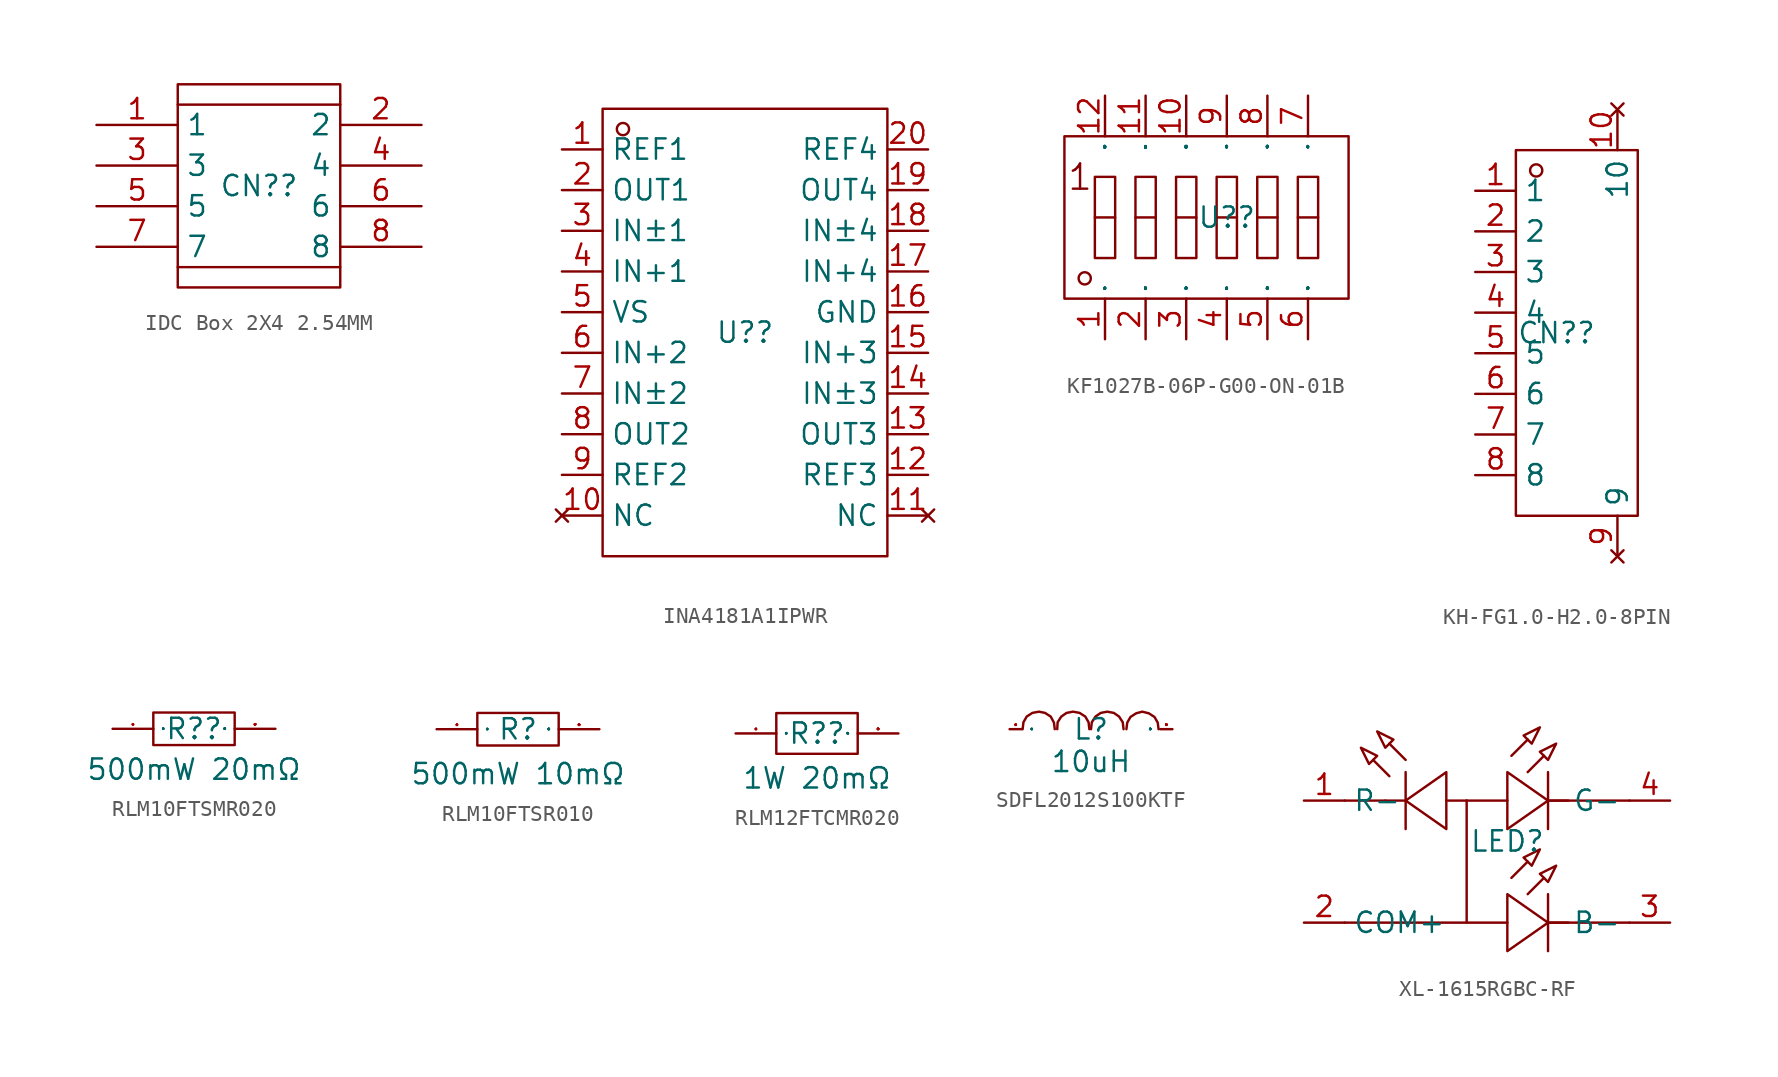
<source format=kicad_sym>
(kicad_symbol_lib
  (version 20231120)
  (generator "kicad_symbol_editor")
  (generator_version "8.0")
  (symbol "IDC Box 2X4 2.54MM"
    (property "Reference" "CN?"
      (at 0 0 0)
      (effects (font (size 1.27 1.27))))
    (property "Value" ""
      (at 0 0 0)
      (effects (font (size 1.27 1.27))))
    (symbol "IDC Box 2X4 2.54MM_1_0"
      (rectangle (start -5.08 -6.35) (end 5.08 6.35) (stroke (width 0) (type default)) (fill (type none)))
      (polyline (pts (xy -5.08 -5.08) (xy 5.08 -5.08)) (stroke (width 0) (type default)) (fill (type none)))
      (polyline (pts (xy -5.08 5.08) (xy 5.08 5.08)) (stroke (width 0) (type default)) (fill (type none)))
      (pin free line (at -10.16 3.81 0) (length 5.08) (name "1" (effects (font (size 1.27 1.27)))) (number "1" (effects (font (size 1.27 1.27)))))
      (pin free line (at 10.16 3.81 180) (length 5.08) (name "2" (effects (font (size 1.27 1.27)))) (number "2" (effects (font (size 1.27 1.27)))))
      (pin free line (at -10.16 1.27 0) (length 5.08) (name "3" (effects (font (size 1.27 1.27)))) (number "3" (effects (font (size 1.27 1.27)))))
      (pin free line (at 10.16 1.27 180) (length 5.08) (name "4" (effects (font (size 1.27 1.27)))) (number "4" (effects (font (size 1.27 1.27)))))
      (pin free line (at -10.16 -1.27 0) (length 5.08) (name "5" (effects (font (size 1.27 1.27)))) (number "5" (effects (font (size 1.27 1.27)))))
      (pin free line (at 10.16 -1.27 180) (length 5.08) (name "6" (effects (font (size 1.27 1.27)))) (number "6" (effects (font (size 1.27 1.27)))))
      (pin free line (at -10.16 -3.81 0) (length 5.08) (name "7" (effects (font (size 1.27 1.27)))) (number "7" (effects (font (size 1.27 1.27)))))
      (pin free line (at 10.16 -3.81 180) (length 5.08) (name "8" (effects (font (size 1.27 1.27)))) (number "8" (effects (font (size 1.27 1.27)))))))
  (symbol "INA4181A1IPWR"
    (property "Reference" "U?"
      (at 0 0 0)
      (effects (font (size 1.27 1.27))))
    (property "Value" ""
      (at 0 0 0)
      (effects (font (size 1.27 1.27))))
    (symbol "INA4181A1IPWR_1_0"
      (rectangle (start -8.89 -13.97) (end 8.89 13.97) (stroke (width 0) (type default)) (fill (type none)))
      (circle (center -7.62 12.7) (radius 0.381) (stroke (width 0) (type default)) (fill (type none)))
      (pin free line (at -11.43 11.43 0) (length 2.54) (name "REF1" (effects (font (size 1.27 1.27)))) (number "1" (effects (font (size 1.27 1.27)))))
      (pin no_connect line (at -11.43 -11.43 0) (length 2.54) (name "NC" (effects (font (size 1.27 1.27)))) (number "10" (effects (font (size 1.27 1.27)))))
      (pin no_connect line (at 11.43 -11.43 180) (length 2.54) (name "NC" (effects (font (size 1.27 1.27)))) (number "11" (effects (font (size 1.27 1.27)))))
      (pin free line (at 11.43 -8.89 180) (length 2.54) (name "REF3" (effects (font (size 1.27 1.27)))) (number "12" (effects (font (size 1.27 1.27)))))
      (pin output line (at 11.43 -6.35 180) (length 2.54) (name "OUT3" (effects (font (size 1.27 1.27)))) (number "13" (effects (font (size 1.27 1.27)))))
      (pin free line (at 11.43 -3.81 180) (length 2.54) (name "IN±3" (effects (font (size 1.27 1.27)))) (number "14" (effects (font (size 1.27 1.27)))))
      (pin free line (at 11.43 -1.27 180) (length 2.54) (name "IN+3" (effects (font (size 1.27 1.27)))) (number "15" (effects (font (size 1.27 1.27)))))
      (pin power_in line (at 11.43 1.27 180) (length 2.54) (name "GND" (effects (font (size 1.27 1.27)))) (number "16" (effects (font (size 1.27 1.27)))))
      (pin free line (at 11.43 3.81 180) (length 2.54) (name "IN+4" (effects (font (size 1.27 1.27)))) (number "17" (effects (font (size 1.27 1.27)))))
      (pin free line (at 11.43 6.35 180) (length 2.54) (name "IN±4" (effects (font (size 1.27 1.27)))) (number "18" (effects (font (size 1.27 1.27)))))
      (pin output line (at 11.43 8.89 180) (length 2.54) (name "OUT4" (effects (font (size 1.27 1.27)))) (number "19" (effects (font (size 1.27 1.27)))))
      (pin output line (at -11.43 8.89 0) (length 2.54) (name "OUT1" (effects (font (size 1.27 1.27)))) (number "2" (effects (font (size 1.27 1.27)))))
      (pin free line (at 11.43 11.43 180) (length 2.54) (name "REF4" (effects (font (size 1.27 1.27)))) (number "20" (effects (font (size 1.27 1.27)))))
      (pin free line (at -11.43 6.35 0) (length 2.54) (name "IN±1" (effects (font (size 1.27 1.27)))) (number "3" (effects (font (size 1.27 1.27)))))
      (pin free line (at -11.43 3.81 0) (length 2.54) (name "IN+1" (effects (font (size 1.27 1.27)))) (number "4" (effects (font (size 1.27 1.27)))))
      (pin power_in line (at -11.43 1.27 0) (length 2.54) (name "VS" (effects (font (size 1.27 1.27)))) (number "5" (effects (font (size 1.27 1.27)))))
      (pin free line (at -11.43 -1.27 0) (length 2.54) (name "IN+2" (effects (font (size 1.27 1.27)))) (number "6" (effects (font (size 1.27 1.27)))))
      (pin free line (at -11.43 -3.81 0) (length 2.54) (name "IN±2" (effects (font (size 1.27 1.27)))) (number "7" (effects (font (size 1.27 1.27)))))
      (pin output line (at -11.43 -6.35 0) (length 2.54) (name "OUT2" (effects (font (size 1.27 1.27)))) (number "8" (effects (font (size 1.27 1.27)))))
      (pin free line (at -11.43 -8.89 0) (length 2.54) (name "REF2" (effects (font (size 1.27 1.27)))) (number "9" (effects (font (size 1.27 1.27)))))))
  (symbol "KF1027B-06P-G00-ON-01B"
    (property "Reference" "U?"
      (at 0 0 0)
      (effects (font (size 1.27 1.27))))
    (property "Value" ""
      (at 0 0 0)
      (effects (font (size 1.27 1.27))))
    (symbol "KF1027B-06P-G00-ON-01B_1_0"
      (rectangle (start -10.16 -5.08) (end 7.62 5.08) (stroke (width 0) (type default)) (fill (type none)))
      (circle (center -8.89 -3.81) (radius 0.381) (stroke (width 0) (type default)) (fill (type none)))
      (rectangle (start -8.255 -2.54) (end -6.985 2.54) (stroke (width 0) (type default)) (fill (type none)))
      (rectangle (start -5.715 -2.54) (end -4.445 2.54) (stroke (width 0) (type default)) (fill (type none)))
      (rectangle (start -3.175 -2.54) (end -1.905 2.54) (stroke (width 0) (type default)) (fill (type none)))
      (rectangle (start -0.635 -2.54) (end 0.635 2.54) (stroke (width 0) (type default)) (fill (type none)))
      (polyline (pts (xy -8.255 0) (xy -6.985 0)) (stroke (width 0) (type default)) (fill (type none)))
      (polyline (pts (xy -5.715 0) (xy -4.445 0)) (stroke (width 0) (type default)) (fill (type none)))
      (polyline (pts (xy -3.175 0) (xy -1.905 0)) (stroke (width 0) (type default)) (fill (type none)))
      (polyline (pts (xy -0.635 0) (xy 0.635 0)) (stroke (width 0) (type default)) (fill (type none)))
      (polyline (pts (xy 1.905 0) (xy 3.175 0)) (stroke (width 0) (type default)) (fill (type none)))
      (polyline (pts (xy 4.445 0) (xy 5.715 0)) (stroke (width 0) (type default)) (fill (type none)))
      (rectangle (start 1.905 -2.54) (end 3.175 2.54) (stroke (width 0) (type default)) (fill (type none)))
      (rectangle (start 4.445 -2.54) (end 5.715 2.54) (stroke (width 0) (type default)) (fill (type none)))
      (text "1" (at -10.033 1.6 0) (effects (font (size 1.575 1.575)) (justify left bottom)))
      (pin unspecified line (at -7.62 -7.62 90) (length 2.54) (name "PIN1" (effects (font (size 0.025 0.025)))) (number "1" (effects (font (size 1.27 1.27)))))
      (pin unspecified line (at -2.54 7.62 270) (length 2.54) (name "PIN10" (effects (font (size 0.025 0.025)))) (number "10" (effects (font (size 1.27 1.27)))))
      (pin unspecified line (at -5.08 7.62 270) (length 2.54) (name "PIN11" (effects (font (size 0.025 0.025)))) (number "11" (effects (font (size 1.27 1.27)))))
      (pin unspecified line (at -7.62 7.62 270) (length 2.54) (name "PIN12" (effects (font (size 0.025 0.025)))) (number "12" (effects (font (size 1.27 1.27)))))
      (pin unspecified line (at -5.08 -7.62 90) (length 2.54) (name "PIN2" (effects (font (size 0.025 0.025)))) (number "2" (effects (font (size 1.27 1.27)))))
      (pin unspecified line (at -2.54 -7.62 90) (length 2.54) (name "PIN3" (effects (font (size 0.025 0.025)))) (number "3" (effects (font (size 1.27 1.27)))))
      (pin unspecified line (at 0 -7.62 90) (length 2.54) (name "PIN4" (effects (font (size 0.025 0.025)))) (number "4" (effects (font (size 1.27 1.27)))))
      (pin unspecified line (at 2.54 -7.62 90) (length 2.54) (name "PIN5" (effects (font (size 0.025 0.025)))) (number "5" (effects (font (size 1.27 1.27)))))
      (pin unspecified line (at 5.08 -7.62 90) (length 2.54) (name "PIN6" (effects (font (size 0.025 0.025)))) (number "6" (effects (font (size 1.27 1.27)))))
      (pin unspecified line (at 5.08 7.62 270) (length 2.54) (name "PIN7" (effects (font (size 0.025 0.025)))) (number "7" (effects (font (size 1.27 1.27)))))
      (pin unspecified line (at 2.54 7.62 270) (length 2.54) (name "PIN8" (effects (font (size 0.025 0.025)))) (number "8" (effects (font (size 1.27 1.27)))))
      (pin unspecified line (at 0 7.62 270) (length 2.54) (name "PIN9" (effects (font (size 0.025 0.025)))) (number "9" (effects (font (size 1.27 1.27)))))))
  (symbol "KH-FG1.0-H2.0-8PIN"
    (property "Reference" "CN?"
      (at 0 0 0)
      (effects (font (size 1.27 1.27))))
    (property "Value" ""
      (at 0 0 0)
      (effects (font (size 1.27 1.27))))
    (symbol "KH-FG1.0-H2.0-8PIN_1_0"
      (rectangle (start -2.54 -11.43) (end 5.08 11.43) (stroke (width 0) (type default)) (fill (type none)))
      (circle (center -1.27 10.16) (radius 0.381) (stroke (width 0) (type default)) (fill (type none)))
      (pin free line (at -5.08 8.89 0) (length 2.54) (name "1" (effects (font (size 1.27 1.27)))) (number "1" (effects (font (size 1.27 1.27)))))
      (pin no_connect line (at 3.81 13.97 270) (length 2.54) (name "10" (effects (font (size 1.27 1.27)))) (number "10" (effects (font (size 1.27 1.27)))))
      (pin free line (at -5.08 6.35 0) (length 2.54) (name "2" (effects (font (size 1.27 1.27)))) (number "2" (effects (font (size 1.27 1.27)))))
      (pin free line (at -5.08 3.81 0) (length 2.54) (name "3" (effects (font (size 1.27 1.27)))) (number "3" (effects (font (size 1.27 1.27)))))
      (pin free line (at -5.08 1.27 0) (length 2.54) (name "4" (effects (font (size 1.27 1.27)))) (number "4" (effects (font (size 1.27 1.27)))))
      (pin free line (at -5.08 -1.27 0) (length 2.54) (name "5" (effects (font (size 1.27 1.27)))) (number "5" (effects (font (size 1.27 1.27)))))
      (pin free line (at -5.08 -3.81 0) (length 2.54) (name "6" (effects (font (size 1.27 1.27)))) (number "6" (effects (font (size 1.27 1.27)))))
      (pin free line (at -5.08 -6.35 0) (length 2.54) (name "7" (effects (font (size 1.27 1.27)))) (number "7" (effects (font (size 1.27 1.27)))))
      (pin free line (at -5.08 -8.89 0) (length 2.54) (name "8" (effects (font (size 1.27 1.27)))) (number "8" (effects (font (size 1.27 1.27)))))
      (pin no_connect line (at 3.81 -13.97 90) (length 2.54) (name "9" (effects (font (size 1.27 1.27)))) (number "9" (effects (font (size 1.27 1.27)))))))
  (symbol "RLM10FTSMR020"
    (property "Reference" "R?"
      (at 0 0 0)
      (effects (font (size 1.27 1.27))))
    (property "Value" "500mW 20mΩ"
      (at 0 -2.54 0)
      (effects (font (size 1.27 1.27))))
    (symbol "RLM10FTSMR020_1_0"
      (rectangle (start -2.54 -1.016) (end 2.54 1.016) (stroke (width 0) (type default)) (fill (type none)))
      (pin passive line (at -5.08 0 0) (length 2.54) (name "1" (effects (font (size 0.025 0.025)))) (number "1" (effects (font (size 0.025 0.025)))))
      (pin passive line (at 5.08 0 180) (length 2.54) (name "2" (effects (font (size 0.025 0.025)))) (number "2" (effects (font (size 0.025 0.025)))))))
  (symbol "RLM10FTSR010"
    (property "Reference" "R"
      (at 0 0 0)
      (effects (font (size 1.27 1.27))))
    (property "Value" "500mW 10mΩ"
      (at 0 -2.794 0)
      (effects (font (size 1.27 1.27))))
    (symbol "RLM10FTSR010_1_0"
      (rectangle (start -2.54 -1.016) (end 2.54 1.016) (stroke (width 0) (type default)) (fill (type none)))
      (pin passive line (at -5.08 0 0) (length 2.54) (name "1" (effects (font (size 0.025 0.025)))) (number "1" (effects (font (size 0.025 0.025)))))
      (pin passive line (at 5.08 0 180) (length 2.54) (name "2" (effects (font (size 0.025 0.025)))) (number "2" (effects (font (size 0.025 0.025)))))))
  (symbol "RLM12FTCMR020"
    (property "Reference" "R?"
      (at 0 0 0)
      (effects (font (size 1.27 1.27))))
    (property "Value" "1W 20mΩ"
      (at 0 -2.794 0)
      (effects (font (size 1.27 1.27))))
    (symbol "RLM12FTCMR020_1_0"
      (rectangle (start -2.54 -1.27) (end 2.54 1.27) (stroke (width 0) (type default)) (fill (type none)))
      (pin passive line (at -5.08 0 0) (length 2.54) (name "1" (effects (font (size 0.025 0.025)))) (number "1" (effects (font (size 0.025 0.025)))))
      (pin passive line (at 5.08 0 180) (length 2.54) (name "2" (effects (font (size 0.025 0.025)))) (number "2" (effects (font (size 0.025 0.025)))))))
  (symbol "SDFL2012S100KTF"
    (property "Reference" "L"
      (at 0 0 0)
      (effects (font (size 1.27 1.27))))
    (property "Value" "10uH"
      (at 0 -2.032 0)
      (effects (font (size 1.27 1.27))))
    (symbol "SDFL2012S100KTF_1_0"
      (polyline (pts (xy -4.267 0) (xy -4.216 0.432) (xy -4.216 0.432) (xy -4.013 0.787) (xy -4.013 0.787) (xy -3.658 1.016) (xy -3.658 1.016) (xy -3.251 1.092) (xy -3.251 1.092) (xy -2.87 1.016) (xy -2.87 1.016) (xy -2.515 0.787) (xy -2.515 0.787) (xy -2.311 0.406) (xy -2.311 0.406) (xy -2.261 0)) (stroke (width 0) (type default)) (fill (type none)))
      (polyline (pts (xy -2.108 0) (xy -2.083 0.432) (xy -2.083 0.432) (xy -1.854 0.787) (xy -1.854 0.787) (xy -1.524 1.016) (xy -1.524 1.016) (xy -1.118 1.092) (xy -1.118 1.092) (xy -0.711 1.016) (xy -0.711 1.016) (xy -0.356 0.787) (xy -0.356 0.787) (xy -0.152 0.432) (xy -0.152 0.432) (xy -0.102 0)) (stroke (width 0) (type default)) (fill (type none)))
      (polyline (pts (xy 0 0) (xy 0.051 0.432) (xy 0.051 0.432) (xy 0.279 0.787) (xy 0.279 0.787) (xy 0.61 1.016) (xy 0.61 1.016) (xy 1.016 1.092) (xy 1.016 1.092) (xy 1.422 1.016) (xy 1.422 1.016) (xy 1.753 0.787) (xy 1.753 0.787) (xy 1.981 0.432) (xy 1.981 0.432) (xy 2.032 0)) (stroke (width 0) (type default)) (fill (type none)))
      (polyline (pts (xy 2.21 0) (xy 2.261 0.406) (xy 2.261 0.406) (xy 2.464 0.762) (xy 2.464 0.762) (xy 2.819 0.991) (xy 2.819 0.991) (xy 3.2 1.092) (xy 3.2 1.092) (xy 3.607 0.991) (xy 3.607 0.991) (xy 3.962 0.762) (xy 3.962 0.762) (xy 4.166 0.406) (xy 4.166 0.406) (xy 4.216 0)) (stroke (width 0) (type default)) (fill (type none)))
      (pin passive line (at -5.08 0 0) (length 0.762) (name "1" (effects (font (size 0.025 0.025)))) (number "1" (effects (font (size 0.025 0.025)))))
      (pin passive line (at 5.08 0 180) (length 0.762) (name "2" (effects (font (size 0.025 0.025)))) (number "2" (effects (font (size 0.025 0.025)))))))
  (symbol "XL-1615RGBC-RF"
    (property "Reference" "LED"
      (at 0 0 0)
      (effects (font (size 1.27 1.27))))
    (property "Value" ""
      (at 0 0 0)
      (effects (font (size 1.27 1.27))))
    (symbol "XL-1615RGBC-RF_1_0"
      (polyline (pts (xy -7.62 2.54) (xy -10.16 2.54)) (stroke (width 0) (type default)) (fill (type none)))
      (polyline (pts (xy -7.366 4.064) (xy -8.382 5.08)) (stroke (width 0) (type default)) (fill (type none)))
      (polyline (pts (xy -6.35 2.54) (xy -7.62 2.54)) (stroke (width 0) (type default)) (fill (type none)))
      (polyline (pts (xy -6.35 4.318) (xy -6.35 0.762)) (stroke (width 0) (type default)) (fill (type none)))
      (polyline (pts (xy -6.35 5.08) (xy -7.366 6.096)) (stroke (width 0) (type default)) (fill (type none)))
      (polyline (pts (xy -2.54 -5.08) (xy -10.16 -5.08)) (stroke (width 0) (type default)) (fill (type none)))
      (polyline (pts (xy -2.54 2.54) (xy -3.81 2.54)) (stroke (width 0) (type default)) (fill (type none)))
      (polyline (pts (xy -2.54 2.54) (xy 0 2.54)) (stroke (width 0) (type default)) (fill (type none)))
      (polyline (pts (xy 0.254 -2.286) (xy 1.27 -1.27)) (stroke (width 0) (type default)) (fill (type none)))
      (polyline (pts (xy 0.254 5.334) (xy 1.27 6.35)) (stroke (width 0) (type default)) (fill (type none)))
      (polyline (pts (xy 1.27 -3.302) (xy 2.286 -2.286)) (stroke (width 0) (type default)) (fill (type none)))
      (polyline (pts (xy 1.27 4.318) (xy 2.286 5.334)) (stroke (width 0) (type default)) (fill (type none)))
      (polyline (pts (xy 2.54 -6.858) (xy 2.54 -3.302)) (stroke (width 0) (type default)) (fill (type none)))
      (polyline (pts (xy 2.54 -5.08) (xy 3.81 -5.08)) (stroke (width 0) (type default)) (fill (type none)))
      (polyline (pts (xy 2.54 -5.08) (xy 7.62 -5.08)) (stroke (width 0) (type default)) (fill (type none)))
      (polyline (pts (xy 2.54 0.762) (xy 2.54 4.318)) (stroke (width 0) (type default)) (fill (type none)))
      (polyline (pts (xy 2.54 2.54) (xy 3.81 2.54)) (stroke (width 0) (type default)) (fill (type none)))
      (polyline (pts (xy 2.54 2.54) (xy 7.62 2.54)) (stroke (width 0) (type default)) (fill (type none)))
      (polyline (pts (xy -2.54 2.54) (xy -2.54 -5.08) (xy -2.54 -5.08) (xy 0 -5.08)) (stroke (width 0) (type default)) (fill (type none)))
      (polyline (pts (xy -9.144 5.842) (xy -8.128 5.334) (xy -8.128 5.334) (xy -8.636 4.826) (xy -8.636 4.826) (xy -9.144 5.842)) (stroke (width 0) (type default)) (fill (type none)))
      (polyline (pts (xy -8.128 6.858) (xy -7.112 6.35) (xy -7.112 6.35) (xy -7.62 5.842) (xy -7.62 5.842) (xy -8.128 6.858)) (stroke (width 0) (type default)) (fill (type none)))
      (polyline (pts (xy -3.81 4.318) (xy -6.35 2.54) (xy -6.35 2.54) (xy -3.81 0.762) (xy -3.81 0.762) (xy -3.81 4.318)) (stroke (width 0) (type default)) (fill (type none)))
      (polyline (pts (xy 0 -6.858) (xy 2.54 -5.08) (xy 2.54 -5.08) (xy 0 -3.302) (xy 0 -3.302) (xy 0 -6.858)) (stroke (width 0) (type default)) (fill (type none)))
      (polyline (pts (xy 0 0.762) (xy 2.54 2.54) (xy 2.54 2.54) (xy 0 4.318) (xy 0 4.318) (xy 0 0.762)) (stroke (width 0) (type default)) (fill (type none)))
      (polyline (pts (xy 2.032 -0.508) (xy 1.524 -1.524) (xy 1.524 -1.524) (xy 1.016 -1.016) (xy 1.016 -1.016) (xy 2.032 -0.508)) (stroke (width 0) (type default)) (fill (type none)))
      (polyline (pts (xy 2.032 7.112) (xy 1.524 6.096) (xy 1.524 6.096) (xy 1.016 6.604) (xy 1.016 6.604) (xy 2.032 7.112)) (stroke (width 0) (type default)) (fill (type none)))
      (polyline (pts (xy 3.048 -1.524) (xy 2.54 -2.54) (xy 2.54 -2.54) (xy 2.032 -2.032) (xy 2.032 -2.032) (xy 3.048 -1.524)) (stroke (width 0) (type default)) (fill (type none)))
      (polyline (pts (xy 3.048 6.096) (xy 2.54 5.08) (xy 2.54 5.08) (xy 2.032 5.588) (xy 2.032 5.588) (xy 3.048 6.096)) (stroke (width 0) (type default)) (fill (type none)))
      (pin input line (at -12.7 2.54 0) (length 2.54) (name "R-" (effects (font (size 1.27 1.27)))) (number "1" (effects (font (size 1.27 1.27)))))
      (pin power_in line (at -12.7 -5.08 0) (length 2.54) (name "COM+" (effects (font (size 1.27 1.27)))) (number "2" (effects (font (size 1.27 1.27)))))
      (pin input line (at 10.16 -5.08 180) (length 2.54) (name "B-" (effects (font (size 1.27 1.27)))) (number "3" (effects (font (size 1.27 1.27)))))
      (pin input line (at 10.16 2.54 180) (length 2.54) (name "G-" (effects (font (size 1.27 1.27)))) (number "4" (effects (font (size 1.27 1.27))))))))
</source>
